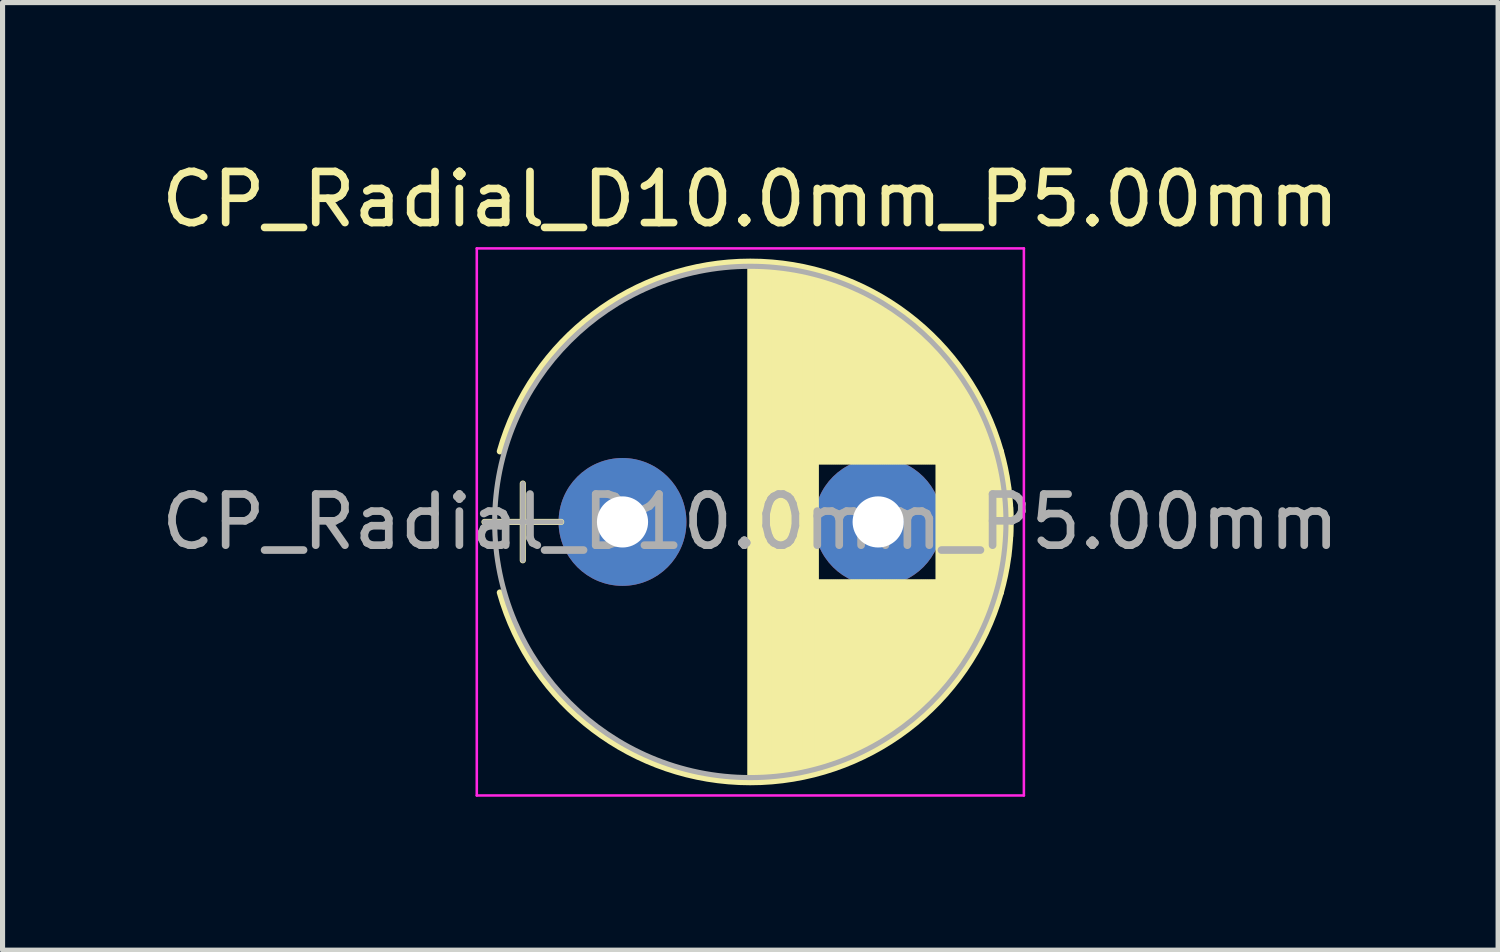
<source format=kicad_pcb>
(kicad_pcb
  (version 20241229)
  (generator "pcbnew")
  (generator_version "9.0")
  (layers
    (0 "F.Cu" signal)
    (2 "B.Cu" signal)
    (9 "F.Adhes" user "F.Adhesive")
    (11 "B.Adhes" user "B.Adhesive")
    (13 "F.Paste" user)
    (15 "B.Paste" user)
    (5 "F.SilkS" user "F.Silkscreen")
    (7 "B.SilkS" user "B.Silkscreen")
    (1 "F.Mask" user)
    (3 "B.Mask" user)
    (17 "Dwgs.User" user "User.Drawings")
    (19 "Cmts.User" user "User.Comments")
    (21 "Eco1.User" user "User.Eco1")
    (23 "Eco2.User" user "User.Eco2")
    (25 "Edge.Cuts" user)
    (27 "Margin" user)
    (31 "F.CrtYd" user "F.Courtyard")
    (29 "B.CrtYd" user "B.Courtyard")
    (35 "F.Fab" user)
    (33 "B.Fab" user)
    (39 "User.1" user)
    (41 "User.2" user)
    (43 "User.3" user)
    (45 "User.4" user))
  (footprint "CP_Radial_D10.0mm_P5.00mm"
    (layer "F.Cu")
    (at 9.125 7.158)
    (property "Reference" "CP_Radial_D10.0mm_P5.00mm" (at 2.5 -6.31 0) (layer "F.SilkS") (effects (font (size 1 1) (thickness 0.15))))
    (attr through_hole)
    (fp_line (start -2.7 0) (end -1.2 0) (stroke (width 0.12) (type solid)) (layer "F.SilkS"))
    (fp_line (start -1.95 -0.75) (end -1.95 0.75) (stroke (width 0.12) (type solid)) (layer "F.SilkS"))
    (fp_line (start 2.5 -5.05) (end 2.5 5.05) (stroke (width 0.12) (type solid)) (layer "F.SilkS"))
    (fp_line (start 2.54 -5.05) (end 2.54 5.05) (stroke (width 0.12) (type solid)) (layer "F.SilkS"))
    (fp_line (start 2.58 -5.05) (end 2.58 5.05) (stroke (width 0.12) (type solid)) (layer "F.SilkS"))
    (fp_line (start 2.62 -5.049) (end 2.62 5.049) (stroke (width 0.12) (type solid)) (layer "F.SilkS"))
    (fp_line (start 2.66 -5.048) (end 2.66 5.048) (stroke (width 0.12) (type solid)) (layer "F.SilkS"))
    (fp_line (start 2.7 -5.047) (end 2.7 5.047) (stroke (width 0.12) (type solid)) (layer "F.SilkS"))
    (fp_line (start 2.74 -5.045) (end 2.74 5.045) (stroke (width 0.12) (type solid)) (layer "F.SilkS"))
    (fp_line (start 2.78 -5.043) (end 2.78 5.043) (stroke (width 0.12) (type solid)) (layer "F.SilkS"))
    (fp_line (start 2.82 -5.04) (end 2.82 5.04) (stroke (width 0.12) (type solid)) (layer "F.SilkS"))
    (fp_line (start 2.86 -5.038) (end 2.86 5.038) (stroke (width 0.12) (type solid)) (layer "F.SilkS"))
    (fp_line (start 2.9 -5.035) (end 2.9 5.035) (stroke (width 0.12) (type solid)) (layer "F.SilkS"))
    (fp_line (start 2.94 -5.031) (end 2.94 5.031) (stroke (width 0.12) (type solid)) (layer "F.SilkS"))
    (fp_line (start 2.98 -5.028) (end 2.98 5.028) (stroke (width 0.12) (type solid)) (layer "F.SilkS"))
    (fp_line (start 3.02 -5.024) (end 3.02 5.024) (stroke (width 0.12) (type solid)) (layer "F.SilkS"))
    (fp_line (start 3.06 -5.02) (end 3.06 5.02) (stroke (width 0.12) (type solid)) (layer "F.SilkS"))
    (fp_line (start 3.1 -5.015) (end 3.1 5.015) (stroke (width 0.12) (type solid)) (layer "F.SilkS"))
    (fp_line (start 3.14 -5.01) (end 3.14 5.01) (stroke (width 0.12) (type solid)) (layer "F.SilkS"))
    (fp_line (start 3.18 -5.005) (end 3.18 5.005) (stroke (width 0.12) (type solid)) (layer "F.SilkS"))
    (fp_line (start 3.221 -4.999) (end 3.221 4.999) (stroke (width 0.12) (type solid)) (layer "F.SilkS"))
    (fp_line (start 3.261 -4.993) (end 3.261 4.993) (stroke (width 0.12) (type solid)) (layer "F.SilkS"))
    (fp_line (start 3.301 -4.987) (end 3.301 4.987) (stroke (width 0.12) (type solid)) (layer "F.SilkS"))
    (fp_line (start 3.341 -4.981) (end 3.341 4.981) (stroke (width 0.12) (type solid)) (layer "F.SilkS"))
    (fp_line (start 3.381 -4.974) (end 3.381 4.974) (stroke (width 0.12) (type solid)) (layer "F.SilkS"))
    (fp_line (start 3.421 -4.967) (end 3.421 4.967) (stroke (width 0.12) (type solid)) (layer "F.SilkS"))
    (fp_line (start 3.461 -4.959) (end 3.461 4.959) (stroke (width 0.12) (type solid)) (layer "F.SilkS"))
    (fp_line (start 3.501 -4.951) (end 3.501 4.951) (stroke (width 0.12) (type solid)) (layer "F.SilkS"))
    (fp_line (start 3.541 -4.943) (end 3.541 4.943) (stroke (width 0.12) (type solid)) (layer "F.SilkS"))
    (fp_line (start 3.581 -4.935) (end 3.581 4.935) (stroke (width 0.12) (type solid)) (layer "F.SilkS"))
    (fp_line (start 3.621 -4.926) (end 3.621 4.926) (stroke (width 0.12) (type solid)) (layer "F.SilkS"))
    (fp_line (start 3.661 -4.917) (end 3.661 4.917) (stroke (width 0.12) (type solid)) (layer "F.SilkS"))
    (fp_line (start 3.701 -4.907) (end 3.701 4.907) (stroke (width 0.12) (type solid)) (layer "F.SilkS"))
    (fp_line (start 3.741 -4.897) (end 3.741 4.897) (stroke (width 0.12) (type solid)) (layer "F.SilkS"))
    (fp_line (start 3.781 -4.887) (end 3.781 4.887) (stroke (width 0.12) (type solid)) (layer "F.SilkS"))
    (fp_line (start 3.821 -4.876) (end 3.821 -1.181) (stroke (width 0.12) (type solid)) (layer "F.SilkS"))
    (fp_line (start 3.821 1.181) (end 3.821 4.876) (stroke (width 0.12) (type solid)) (layer "F.SilkS"))
    (fp_line (start 3.861 -4.865) (end 3.861 -1.181) (stroke (width 0.12) (type solid)) (layer "F.SilkS"))
    (fp_line (start 3.861 1.181) (end 3.861 4.865) (stroke (width 0.12) (type solid)) (layer "F.SilkS"))
    (fp_line (start 3.901 -4.854) (end 3.901 -1.181) (stroke (width 0.12) (type solid)) (layer "F.SilkS"))
    (fp_line (start 3.901 1.181) (end 3.901 4.854) (stroke (width 0.12) (type solid)) (layer "F.SilkS"))
    (fp_line (start 3.941 -4.843) (end 3.941 -1.181) (stroke (width 0.12) (type solid)) (layer "F.SilkS"))
    (fp_line (start 3.941 1.181) (end 3.941 4.843) (stroke (width 0.12) (type solid)) (layer "F.SilkS"))
    (fp_line (start 3.981 -4.831) (end 3.981 -1.181) (stroke (width 0.12) (type solid)) (layer "F.SilkS"))
    (fp_line (start 3.981 1.181) (end 3.981 4.831) (stroke (width 0.12) (type solid)) (layer "F.SilkS"))
    (fp_line (start 4.021 -4.818) (end 4.021 -1.181) (stroke (width 0.12) (type solid)) (layer "F.SilkS"))
    (fp_line (start 4.021 1.181) (end 4.021 4.818) (stroke (width 0.12) (type solid)) (layer "F.SilkS"))
    (fp_line (start 4.061 -4.806) (end 4.061 -1.181) (stroke (width 0.12) (type solid)) (layer "F.SilkS"))
    (fp_line (start 4.061 1.181) (end 4.061 4.806) (stroke (width 0.12) (type solid)) (layer "F.SilkS"))
    (fp_line (start 4.101 -4.792) (end 4.101 -1.181) (stroke (width 0.12) (type solid)) (layer "F.SilkS"))
    (fp_line (start 4.101 1.181) (end 4.101 4.792) (stroke (width 0.12) (type solid)) (layer "F.SilkS"))
    (fp_line (start 4.141 -4.779) (end 4.141 -1.181) (stroke (width 0.12) (type solid)) (layer "F.SilkS"))
    (fp_line (start 4.141 1.181) (end 4.141 4.779) (stroke (width 0.12) (type solid)) (layer "F.SilkS"))
    (fp_line (start 4.181 -4.765) (end 4.181 -1.181) (stroke (width 0.12) (type solid)) (layer "F.SilkS"))
    (fp_line (start 4.181 1.181) (end 4.181 4.765) (stroke (width 0.12) (type solid)) (layer "F.SilkS"))
    (fp_line (start 4.221 -4.751) (end 4.221 -1.181) (stroke (width 0.12) (type solid)) (layer "F.SilkS"))
    (fp_line (start 4.221 1.181) (end 4.221 4.751) (stroke (width 0.12) (type solid)) (layer "F.SilkS"))
    (fp_line (start 4.261 -4.737) (end 4.261 -1.181) (stroke (width 0.12) (type solid)) (layer "F.SilkS"))
    (fp_line (start 4.261 1.181) (end 4.261 4.737) (stroke (width 0.12) (type solid)) (layer "F.SilkS"))
    (fp_line (start 4.301 -4.722) (end 4.301 -1.181) (stroke (width 0.12) (type solid)) (layer "F.SilkS"))
    (fp_line (start 4.301 1.181) (end 4.301 4.722) (stroke (width 0.12) (type solid)) (layer "F.SilkS"))
    (fp_line (start 4.341 -4.706) (end 4.341 -1.181) (stroke (width 0.12) (type solid)) (layer "F.SilkS"))
    (fp_line (start 4.341 1.181) (end 4.341 4.706) (stroke (width 0.12) (type solid)) (layer "F.SilkS"))
    (fp_line (start 4.381 -4.691) (end 4.381 -1.181) (stroke (width 0.12) (type solid)) (layer "F.SilkS"))
    (fp_line (start 4.381 1.181) (end 4.381 4.691) (stroke (width 0.12) (type solid)) (layer "F.SilkS"))
    (fp_line (start 4.421 -4.674) (end 4.421 -1.181) (stroke (width 0.12) (type solid)) (layer "F.SilkS"))
    (fp_line (start 4.421 1.181) (end 4.421 4.674) (stroke (width 0.12) (type solid)) (layer "F.SilkS"))
    (fp_line (start 4.461 -4.658) (end 4.461 -1.181) (stroke (width 0.12) (type solid)) (layer "F.SilkS"))
    (fp_line (start 4.461 1.181) (end 4.461 4.658) (stroke (width 0.12) (type solid)) (layer "F.SilkS"))
    (fp_line (start 4.501 -4.641) (end 4.501 -1.181) (stroke (width 0.12) (type solid)) (layer "F.SilkS"))
    (fp_line (start 4.501 1.181) (end 4.501 4.641) (stroke (width 0.12) (type solid)) (layer "F.SilkS"))
    (fp_line (start 4.541 -4.624) (end 4.541 -1.181) (stroke (width 0.12) (type solid)) (layer "F.SilkS"))
    (fp_line (start 4.541 1.181) (end 4.541 4.624) (stroke (width 0.12) (type solid)) (layer "F.SilkS"))
    (fp_line (start 4.581 -4.606) (end 4.581 -1.181) (stroke (width 0.12) (type solid)) (layer "F.SilkS"))
    (fp_line (start 4.581 1.181) (end 4.581 4.606) (stroke (width 0.12) (type solid)) (layer "F.SilkS"))
    (fp_line (start 4.621 -4.588) (end 4.621 -1.181) (stroke (width 0.12) (type solid)) (layer "F.SilkS"))
    (fp_line (start 4.621 1.181) (end 4.621 4.588) (stroke (width 0.12) (type solid)) (layer "F.SilkS"))
    (fp_line (start 4.661 -4.569) (end 4.661 -1.181) (stroke (width 0.12) (type solid)) (layer "F.SilkS"))
    (fp_line (start 4.661 1.181) (end 4.661 4.569) (stroke (width 0.12) (type solid)) (layer "F.SilkS"))
    (fp_line (start 4.701 -4.55) (end 4.701 -1.181) (stroke (width 0.12) (type solid)) (layer "F.SilkS"))
    (fp_line (start 4.701 1.181) (end 4.701 4.55) (stroke (width 0.12) (type solid)) (layer "F.SilkS"))
    (fp_line (start 4.741 -4.531) (end 4.741 -1.181) (stroke (width 0.12) (type solid)) (layer "F.SilkS"))
    (fp_line (start 4.741 1.181) (end 4.741 4.531) (stroke (width 0.12) (type solid)) (layer "F.SilkS"))
    (fp_line (start 4.781 -4.511) (end 4.781 -1.181) (stroke (width 0.12) (type solid)) (layer "F.SilkS"))
    (fp_line (start 4.781 1.181) (end 4.781 4.511) (stroke (width 0.12) (type solid)) (layer "F.SilkS"))
    (fp_line (start 4.821 -4.491) (end 4.821 -1.181) (stroke (width 0.12) (type solid)) (layer "F.SilkS"))
    (fp_line (start 4.821 1.181) (end 4.821 4.491) (stroke (width 0.12) (type solid)) (layer "F.SilkS"))
    (fp_line (start 4.861 -4.47) (end 4.861 -1.181) (stroke (width 0.12) (type solid)) (layer "F.SilkS"))
    (fp_line (start 4.861 1.181) (end 4.861 4.47) (stroke (width 0.12) (type solid)) (layer "F.SilkS"))
    (fp_line (start 4.901 -4.449) (end 4.901 -1.181) (stroke (width 0.12) (type solid)) (layer "F.SilkS"))
    (fp_line (start 4.901 1.181) (end 4.901 4.449) (stroke (width 0.12) (type solid)) (layer "F.SilkS"))
    (fp_line (start 4.941 -4.428) (end 4.941 -1.181) (stroke (width 0.12) (type solid)) (layer "F.SilkS"))
    (fp_line (start 4.941 1.181) (end 4.941 4.428) (stroke (width 0.12) (type solid)) (layer "F.SilkS"))
    (fp_line (start 4.981 -4.405) (end 4.981 -1.181) (stroke (width 0.12) (type solid)) (layer "F.SilkS"))
    (fp_line (start 4.981 1.181) (end 4.981 4.405) (stroke (width 0.12) (type solid)) (layer "F.SilkS"))
    (fp_line (start 5.021 -4.383) (end 5.021 -1.181) (stroke (width 0.12) (type solid)) (layer "F.SilkS"))
    (fp_line (start 5.021 1.181) (end 5.021 4.383) (stroke (width 0.12) (type solid)) (layer "F.SilkS"))
    (fp_line (start 5.061 -4.36) (end 5.061 -1.181) (stroke (width 0.12) (type solid)) (layer "F.SilkS"))
    (fp_line (start 5.061 1.181) (end 5.061 4.36) (stroke (width 0.12) (type solid)) (layer "F.SilkS"))
    (fp_line (start 5.101 -4.336) (end 5.101 -1.181) (stroke (width 0.12) (type solid)) (layer "F.SilkS"))
    (fp_line (start 5.101 1.181) (end 5.101 4.336) (stroke (width 0.12) (type solid)) (layer "F.SilkS"))
    (fp_line (start 5.141 -4.312) (end 5.141 -1.181) (stroke (width 0.12) (type solid)) (layer "F.SilkS"))
    (fp_line (start 5.141 1.181) (end 5.141 4.312) (stroke (width 0.12) (type solid)) (layer "F.SilkS"))
    (fp_line (start 5.181 -4.288) (end 5.181 -1.181) (stroke (width 0.12) (type solid)) (layer "F.SilkS"))
    (fp_line (start 5.181 1.181) (end 5.181 4.288) (stroke (width 0.12) (type solid)) (layer "F.SilkS"))
    (fp_line (start 5.221 -4.263) (end 5.221 -1.181) (stroke (width 0.12) (type solid)) (layer "F.SilkS"))
    (fp_line (start 5.221 1.181) (end 5.221 4.263) (stroke (width 0.12) (type solid)) (layer "F.SilkS"))
    (fp_line (start 5.261 -4.237) (end 5.261 -1.181) (stroke (width 0.12) (type solid)) (layer "F.SilkS"))
    (fp_line (start 5.261 1.181) (end 5.261 4.237) (stroke (width 0.12) (type solid)) (layer "F.SilkS"))
    (fp_line (start 5.301 -4.211) (end 5.301 -1.181) (stroke (width 0.12) (type solid)) (layer "F.SilkS"))
    (fp_line (start 5.301 1.181) (end 5.301 4.211) (stroke (width 0.12) (type solid)) (layer "F.SilkS"))
    (fp_line (start 5.341 -4.185) (end 5.341 -1.181) (stroke (width 0.12) (type solid)) (layer "F.SilkS"))
    (fp_line (start 5.341 1.181) (end 5.341 4.185) (stroke (width 0.12) (type solid)) (layer "F.SilkS"))
    (fp_line (start 5.381 -4.157) (end 5.381 -1.181) (stroke (width 0.12) (type solid)) (layer "F.SilkS"))
    (fp_line (start 5.381 1.181) (end 5.381 4.157) (stroke (width 0.12) (type solid)) (layer "F.SilkS"))
    (fp_line (start 5.421 -4.13) (end 5.421 -1.181) (stroke (width 0.12) (type solid)) (layer "F.SilkS"))
    (fp_line (start 5.421 1.181) (end 5.421 4.13) (stroke (width 0.12) (type solid)) (layer "F.SilkS"))
    (fp_line (start 5.461 -4.101) (end 5.461 -1.181) (stroke (width 0.12) (type solid)) (layer "F.SilkS"))
    (fp_line (start 5.461 1.181) (end 5.461 4.101) (stroke (width 0.12) (type solid)) (layer "F.SilkS"))
    (fp_line (start 5.501 -4.072) (end 5.501 -1.181) (stroke (width 0.12) (type solid)) (layer "F.SilkS"))
    (fp_line (start 5.501 1.181) (end 5.501 4.072) (stroke (width 0.12) (type solid)) (layer "F.SilkS"))
    (fp_line (start 5.541 -4.043) (end 5.541 -1.181) (stroke (width 0.12) (type solid)) (layer "F.SilkS"))
    (fp_line (start 5.541 1.181) (end 5.541 4.043) (stroke (width 0.12) (type solid)) (layer "F.SilkS"))
    (fp_line (start 5.581 -4.013) (end 5.581 -1.181) (stroke (width 0.12) (type solid)) (layer "F.SilkS"))
    (fp_line (start 5.581 1.181) (end 5.581 4.013) (stroke (width 0.12) (type solid)) (layer "F.SilkS"))
    (fp_line (start 5.621 -3.982) (end 5.621 -1.181) (stroke (width 0.12) (type solid)) (layer "F.SilkS"))
    (fp_line (start 5.621 1.181) (end 5.621 3.982) (stroke (width 0.12) (type solid)) (layer "F.SilkS"))
    (fp_line (start 5.661 -3.951) (end 5.661 -1.181) (stroke (width 0.12) (type solid)) (layer "F.SilkS"))
    (fp_line (start 5.661 1.181) (end 5.661 3.951) (stroke (width 0.12) (type solid)) (layer "F.SilkS"))
    (fp_line (start 5.701 -3.919) (end 5.701 -1.181) (stroke (width 0.12) (type solid)) (layer "F.SilkS"))
    (fp_line (start 5.701 1.181) (end 5.701 3.919) (stroke (width 0.12) (type solid)) (layer "F.SilkS"))
    (fp_line (start 5.741 -3.886) (end 5.741 -1.181) (stroke (width 0.12) (type solid)) (layer "F.SilkS"))
    (fp_line (start 5.741 1.181) (end 5.741 3.886) (stroke (width 0.12) (type solid)) (layer "F.SilkS"))
    (fp_line (start 5.781 -3.853) (end 5.781 -1.181) (stroke (width 0.12) (type solid)) (layer "F.SilkS"))
    (fp_line (start 5.781 1.181) (end 5.781 3.853) (stroke (width 0.12) (type solid)) (layer "F.SilkS"))
    (fp_line (start 5.821 -3.819) (end 5.821 -1.181) (stroke (width 0.12) (type solid)) (layer "F.SilkS"))
    (fp_line (start 5.821 1.181) (end 5.821 3.819) (stroke (width 0.12) (type solid)) (layer "F.SilkS"))
    (fp_line (start 5.861 -3.784) (end 5.861 -1.181) (stroke (width 0.12) (type solid)) (layer "F.SilkS"))
    (fp_line (start 5.861 1.181) (end 5.861 3.784) (stroke (width 0.12) (type solid)) (layer "F.SilkS"))
    (fp_line (start 5.901 -3.748) (end 5.901 -1.181) (stroke (width 0.12) (type solid)) (layer "F.SilkS"))
    (fp_line (start 5.901 1.181) (end 5.901 3.748) (stroke (width 0.12) (type solid)) (layer "F.SilkS"))
    (fp_line (start 5.941 -3.712) (end 5.941 -1.181) (stroke (width 0.12) (type solid)) (layer "F.SilkS"))
    (fp_line (start 5.941 1.181) (end 5.941 3.712) (stroke (width 0.12) (type solid)) (layer "F.SilkS"))
    (fp_line (start 5.981 -3.675) (end 5.981 -1.181) (stroke (width 0.12) (type solid)) (layer "F.SilkS"))
    (fp_line (start 5.981 1.181) (end 5.981 3.675) (stroke (width 0.12) (type solid)) (layer "F.SilkS"))
    (fp_line (start 6.021 -3.637) (end 6.021 -1.181) (stroke (width 0.12) (type solid)) (layer "F.SilkS"))
    (fp_line (start 6.021 1.181) (end 6.021 3.637) (stroke (width 0.12) (type solid)) (layer "F.SilkS"))
    (fp_line (start 6.061 -3.598) (end 6.061 -1.181) (stroke (width 0.12) (type solid)) (layer "F.SilkS"))
    (fp_line (start 6.061 1.181) (end 6.061 3.598) (stroke (width 0.12) (type solid)) (layer "F.SilkS"))
    (fp_line (start 6.101 -3.559) (end 6.101 -1.181) (stroke (width 0.12) (type solid)) (layer "F.SilkS"))
    (fp_line (start 6.101 1.181) (end 6.101 3.559) (stroke (width 0.12) (type solid)) (layer "F.SilkS"))
    (fp_line (start 6.141 -3.518) (end 6.141 -1.181) (stroke (width 0.12) (type solid)) (layer "F.SilkS"))
    (fp_line (start 6.141 1.181) (end 6.141 3.518) (stroke (width 0.12) (type solid)) (layer "F.SilkS"))
    (fp_line (start 6.181 -3.477) (end 6.181 3.477) (stroke (width 0.12) (type solid)) (layer "F.SilkS"))
    (fp_line (start 6.221 -3.435) (end 6.221 3.435) (stroke (width 0.12) (type solid)) (layer "F.SilkS"))
    (fp_line (start 6.261 -3.391) (end 6.261 3.391) (stroke (width 0.12) (type solid)) (layer "F.SilkS"))
    (fp_line (start 6.301 -3.347) (end 6.301 3.347) (stroke (width 0.12) (type solid)) (layer "F.SilkS"))
    (fp_line (start 6.341 -3.302) (end 6.341 3.302) (stroke (width 0.12) (type solid)) (layer "F.SilkS"))
    (fp_line (start 6.381 -3.255) (end 6.381 3.255) (stroke (width 0.12) (type solid)) (layer "F.SilkS"))
    (fp_line (start 6.421 -3.207) (end 6.421 3.207) (stroke (width 0.12) (type solid)) (layer "F.SilkS"))
    (fp_line (start 6.461 -3.158) (end 6.461 3.158) (stroke (width 0.12) (type solid)) (layer "F.SilkS"))
    (fp_line (start 6.501 -3.108) (end 6.501 3.108) (stroke (width 0.12) (type solid)) (layer "F.SilkS"))
    (fp_line (start 6.541 -3.057) (end 6.541 3.057) (stroke (width 0.12) (type solid)) (layer "F.SilkS"))
    (fp_line (start 6.581 -3.004) (end 6.581 3.004) (stroke (width 0.12) (type solid)) (layer "F.SilkS"))
    (fp_line (start 6.621 -2.949) (end 6.621 2.949) (stroke (width 0.12) (type solid)) (layer "F.SilkS"))
    (fp_line (start 6.661 -2.894) (end 6.661 2.894) (stroke (width 0.12) (type solid)) (layer "F.SilkS"))
    (fp_line (start 6.701 -2.836) (end 6.701 2.836) (stroke (width 0.12) (type solid)) (layer "F.SilkS"))
    (fp_line (start 6.741 -2.777) (end 6.741 2.777) (stroke (width 0.12) (type solid)) (layer "F.SilkS"))
    (fp_line (start 6.781 -2.715) (end 6.781 2.715) (stroke (width 0.12) (type solid)) (layer "F.SilkS"))
    (fp_line (start 6.821 -2.652) (end 6.821 2.652) (stroke (width 0.12) (type solid)) (layer "F.SilkS"))
    (fp_line (start 6.861 -2.587) (end 6.861 2.587) (stroke (width 0.12) (type solid)) (layer "F.SilkS"))
    (fp_line (start 6.901 -2.519) (end 6.901 2.519) (stroke (width 0.12) (type solid)) (layer "F.SilkS"))
    (fp_line (start 6.941 -2.449) (end 6.941 2.449) (stroke (width 0.12) (type solid)) (layer "F.SilkS"))
    (fp_line (start 6.981 -2.377) (end 6.981 2.377) (stroke (width 0.12) (type solid)) (layer "F.SilkS"))
    (fp_line (start 7.021 -2.301) (end 7.021 2.301) (stroke (width 0.12) (type solid)) (layer "F.SilkS"))
    (fp_line (start 7.061 -2.222) (end 7.061 2.222) (stroke (width 0.12) (type solid)) (layer "F.SilkS"))
    (fp_line (start 7.101 -2.14) (end 7.101 2.14) (stroke (width 0.12) (type solid)) (layer "F.SilkS"))
    (fp_line (start 7.141 -2.053) (end 7.141 2.053) (stroke (width 0.12) (type solid)) (layer "F.SilkS"))
    (fp_line (start 7.181 -1.962) (end 7.181 1.962) (stroke (width 0.12) (type solid)) (layer "F.SilkS"))
    (fp_line (start 7.221 -1.866) (end 7.221 1.866) (stroke (width 0.12) (type solid)) (layer "F.SilkS"))
    (fp_line (start 7.261 -1.763) (end 7.261 1.763) (stroke (width 0.12) (type solid)) (layer "F.SilkS"))
    (fp_line (start 7.301 -1.654) (end 7.301 1.654) (stroke (width 0.12) (type solid)) (layer "F.SilkS"))
    (fp_line (start 7.341 -1.536) (end 7.341 1.536) (stroke (width 0.12) (type solid)) (layer "F.SilkS"))
    (fp_line (start 7.381 -1.407) (end 7.381 1.407) (stroke (width 0.12) (type solid)) (layer "F.SilkS"))
    (fp_line (start 7.421 -1.265) (end 7.421 1.265) (stroke (width 0.12) (type solid)) (layer "F.SilkS"))
    (fp_line (start 7.461 -1.104) (end 7.461 1.104) (stroke (width 0.12) (type solid)) (layer "F.SilkS"))
    (fp_line (start 7.501 -0.913) (end 7.501 0.913) (stroke (width 0.12) (type solid)) (layer "F.SilkS"))
    (fp_line (start 7.541 -0.672) (end 7.541 0.672) (stroke (width 0.12) (type solid)) (layer "F.SilkS"))
    (fp_line (start 7.581 -0.279) (end 7.581 0.279) (stroke (width 0.12) (type solid)) (layer "F.SilkS"))
    (fp_arc (start -2.399357 -1.38) (mid 2.498304 -5.09) (end 7.398437 -1.383264) (stroke (width 0.12) (type solid)) (layer "F.SilkS"))
    (fp_arc (start 7.398437 1.383264) (mid 2.498304 5.09) (end -2.399357 1.38) (stroke (width 0.12) (type solid)) (layer "F.SilkS"))
    (fp_arc (start 7.399357 -1.38) (mid 7.59 0.001696) (end 7.398437 1.383264) (stroke (width 0.12) (type solid)) (layer "F.SilkS"))
    (fp_line (start -2.85 -5.35) (end -2.85 5.35) (stroke (width 0.05) (type solid)) (layer "F.CrtYd"))
    (fp_line (start -2.85 5.35) (end 7.85 5.35) (stroke (width 0.05) (type solid)) (layer "F.CrtYd"))
    (fp_line (start 7.85 -5.35) (end -2.85 -5.35) (stroke (width 0.05) (type solid)) (layer "F.CrtYd"))
    (fp_line (start 7.85 5.35) (end 7.85 -5.35) (stroke (width 0.05) (type solid)) (layer "F.CrtYd"))
    (fp_line (start -2.7 0) (end -1.2 0) (stroke (width 0.1) (type solid)) (layer "F.Fab"))
    (fp_line (start -1.95 -0.75) (end -1.95 0.75) (stroke (width 0.1) (type solid)) (layer "F.Fab"))
    (fp_circle (center 2.5 0) (end 7.5 0) (stroke (width 0.1) (type solid)) (fill no) (layer "F.Fab"))
    (fp_text user "${REFERENCE}" (at 2.5 0 0) (layer "F.Fab") (effects (font (size 1 1) (thickness 0.15))))
    (pad "1" thru_hole circle (at 0 0) (size 2.5 2.5) (drill 1) (layers "*.Cu" "*.Mask"))
    (pad "2" thru_hole circle (at 5 0) (size 2.5 2.5) (drill 1) (layers "*.Cu" "*.Mask")))
  (gr_rect
    (start -3 -3)
    (end 26.25 15.533)
    (stroke (width 0.1) (type default))
    (fill no)
    (layer "Edge.Cuts")))
</source>
